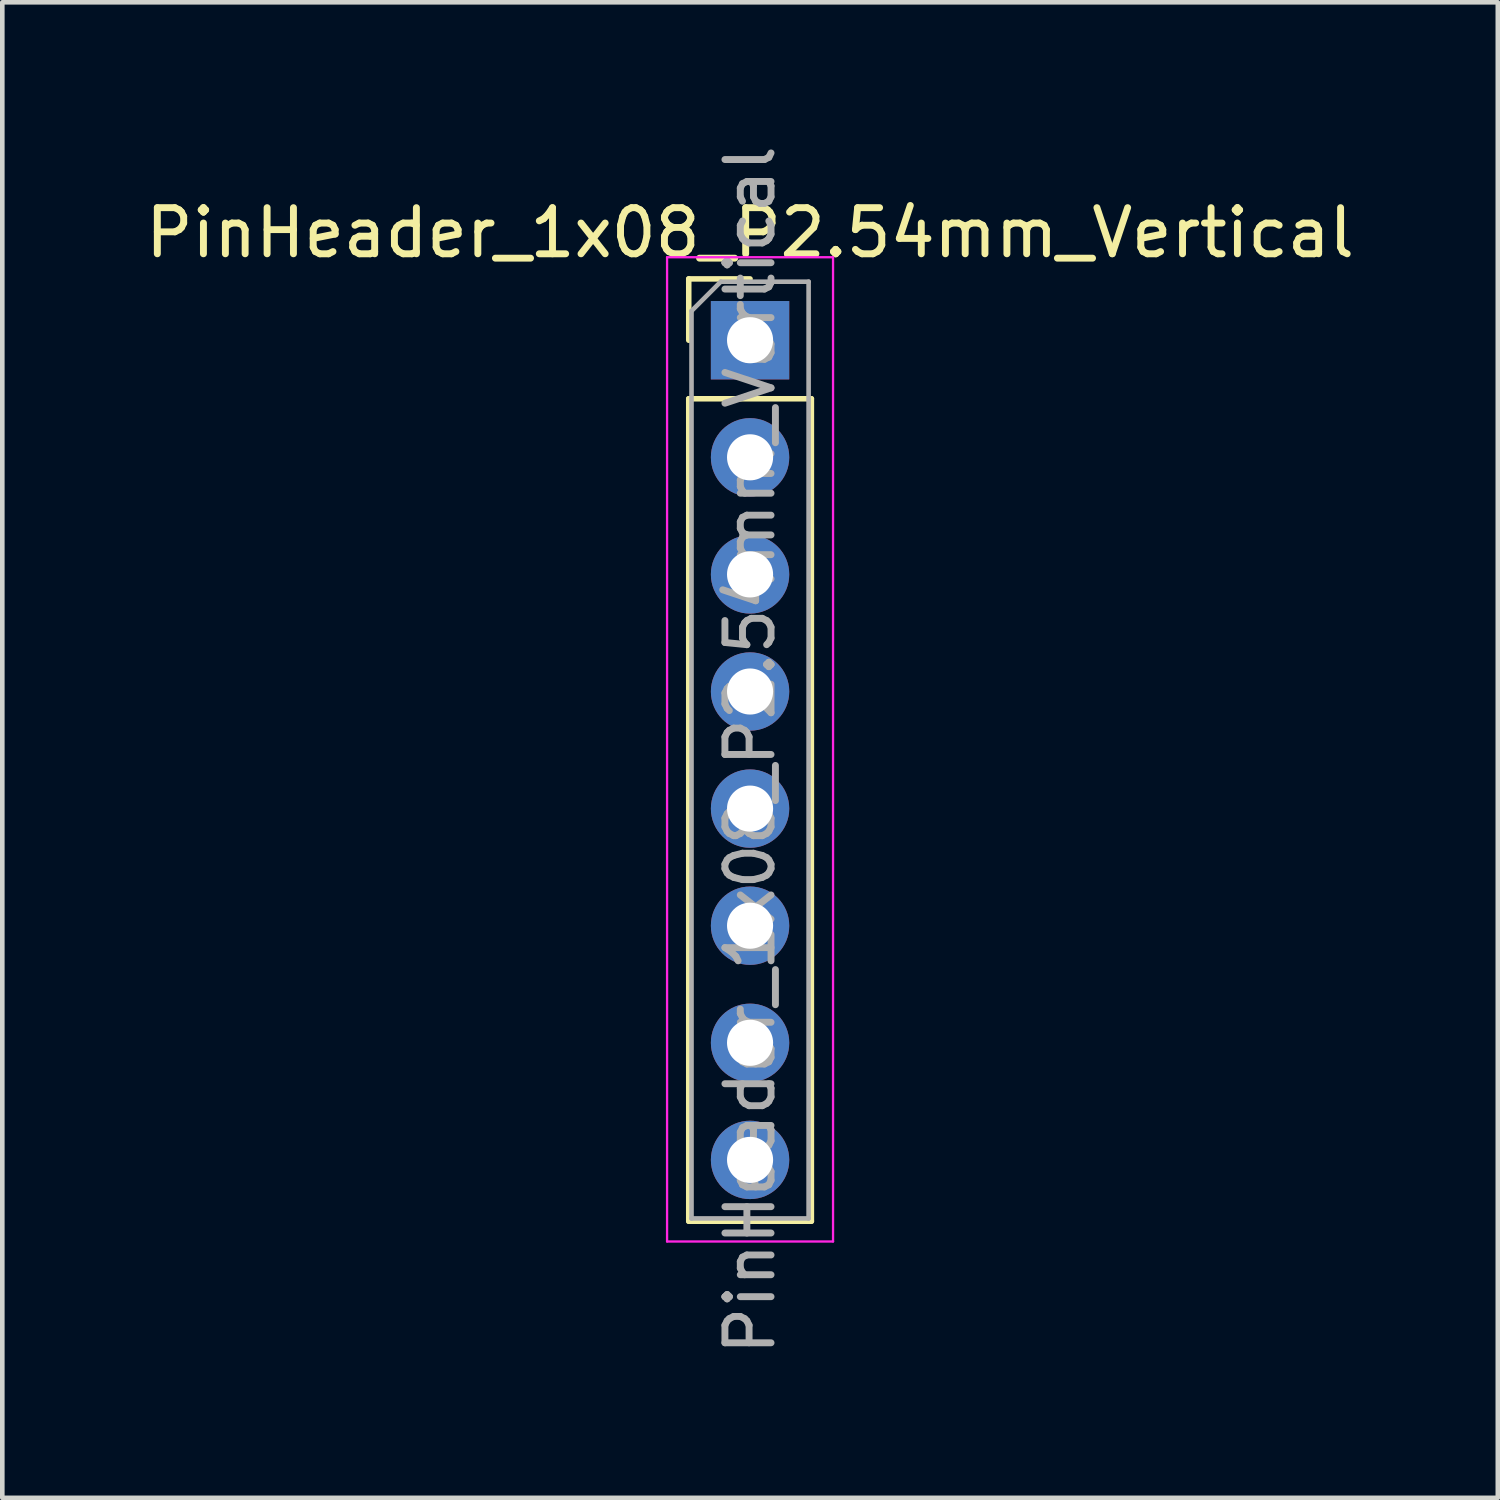
<source format=kicad_pcb>
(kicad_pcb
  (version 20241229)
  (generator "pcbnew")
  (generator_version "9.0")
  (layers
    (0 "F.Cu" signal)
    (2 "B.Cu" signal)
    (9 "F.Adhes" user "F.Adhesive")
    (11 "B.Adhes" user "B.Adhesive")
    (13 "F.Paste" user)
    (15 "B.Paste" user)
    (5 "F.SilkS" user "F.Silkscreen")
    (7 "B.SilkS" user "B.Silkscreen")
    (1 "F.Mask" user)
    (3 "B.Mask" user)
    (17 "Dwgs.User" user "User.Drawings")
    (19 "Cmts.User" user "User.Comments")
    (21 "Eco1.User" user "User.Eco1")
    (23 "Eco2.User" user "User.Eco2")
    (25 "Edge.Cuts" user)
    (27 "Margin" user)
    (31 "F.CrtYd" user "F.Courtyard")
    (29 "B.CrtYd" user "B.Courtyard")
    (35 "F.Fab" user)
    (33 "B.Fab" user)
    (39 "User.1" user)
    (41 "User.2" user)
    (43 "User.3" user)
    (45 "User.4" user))
  (footprint "PinHeader_1x08_P2.54mm_Vertical"
    (layer "F.Cu")
    (at 13.22 4.33)
    (property "Reference" "PinHeader_1x08_P2.54mm_Vertical" (at 0 -2.33 0) (layer "F.SilkS") (effects (font (size 1 1) (thickness 0.15))))
    (attr through_hole)
    (fp_line (start -1.33 -1.33) (end 0 -1.33) (stroke (width 0.12) (type solid)) (layer "F.SilkS"))
    (fp_line (start -1.33 0) (end -1.33 -1.33) (stroke (width 0.12) (type solid)) (layer "F.SilkS"))
    (fp_line (start -1.33 1.27) (end -1.33 19.11) (stroke (width 0.12) (type solid)) (layer "F.SilkS"))
    (fp_line (start -1.33 1.27) (end 1.33 1.27) (stroke (width 0.12) (type solid)) (layer "F.SilkS"))
    (fp_line (start -1.33 19.11) (end 1.33 19.11) (stroke (width 0.12) (type solid)) (layer "F.SilkS"))
    (fp_line (start 1.33 1.27) (end 1.33 19.11) (stroke (width 0.12) (type solid)) (layer "F.SilkS"))
    (fp_line (start -1.8 -1.8) (end -1.8 19.55) (stroke (width 0.05) (type solid)) (layer "F.CrtYd"))
    (fp_line (start -1.8 19.55) (end 1.8 19.55) (stroke (width 0.05) (type solid)) (layer "F.CrtYd"))
    (fp_line (start 1.8 -1.8) (end -1.8 -1.8) (stroke (width 0.05) (type solid)) (layer "F.CrtYd"))
    (fp_line (start 1.8 19.55) (end 1.8 -1.8) (stroke (width 0.05) (type solid)) (layer "F.CrtYd"))
    (fp_line (start -1.27 -0.635) (end -0.635 -1.27) (stroke (width 0.1) (type solid)) (layer "F.Fab"))
    (fp_line (start -1.27 19.05) (end -1.27 -0.635) (stroke (width 0.1) (type solid)) (layer "F.Fab"))
    (fp_line (start -0.635 -1.27) (end 1.27 -1.27) (stroke (width 0.1) (type solid)) (layer "F.Fab"))
    (fp_line (start 1.27 -1.27) (end 1.27 19.05) (stroke (width 0.1) (type solid)) (layer "F.Fab"))
    (fp_line (start 1.27 19.05) (end -1.27 19.05) (stroke (width 0.1) (type solid)) (layer "F.Fab"))
    (fp_text user "${REFERENCE}" (at 0 8.89 90) (layer "F.Fab") (effects (font (size 1 1) (thickness 0.15))))
    (pad "1" thru_hole rect (at 0 0) (size 1.7 1.7) (drill 1) (layers "*.Cu" "*.Mask"))
    (pad "2" thru_hole oval (at 0 2.54) (size 1.7 1.7) (drill 1) (layers "*.Cu" "*.Mask"))
    (pad "3" thru_hole oval (at 0 5.08) (size 1.7 1.7) (drill 1) (layers "*.Cu" "*.Mask"))
    (pad "4" thru_hole oval (at 0 7.62) (size 1.7 1.7) (drill 1) (layers "*.Cu" "*.Mask"))
    (pad "5" thru_hole oval (at 0 10.16) (size 1.7 1.7) (drill 1) (layers "*.Cu" "*.Mask"))
    (pad "6" thru_hole oval (at 0 12.7) (size 1.7 1.7) (drill 1) (layers "*.Cu" "*.Mask"))
    (pad "7" thru_hole oval (at 0 15.24) (size 1.7 1.7) (drill 1) (layers "*.Cu" "*.Mask"))
    (pad "8" thru_hole oval (at 0 17.78) (size 1.7 1.7) (drill 1) (layers "*.Cu" "*.Mask")))
  (gr_rect
    (start -3 -3)
    (end 29.44 29.44)
    (stroke (width 0.1) (type default))
    (fill no)
    (layer "Edge.Cuts")))
</source>
